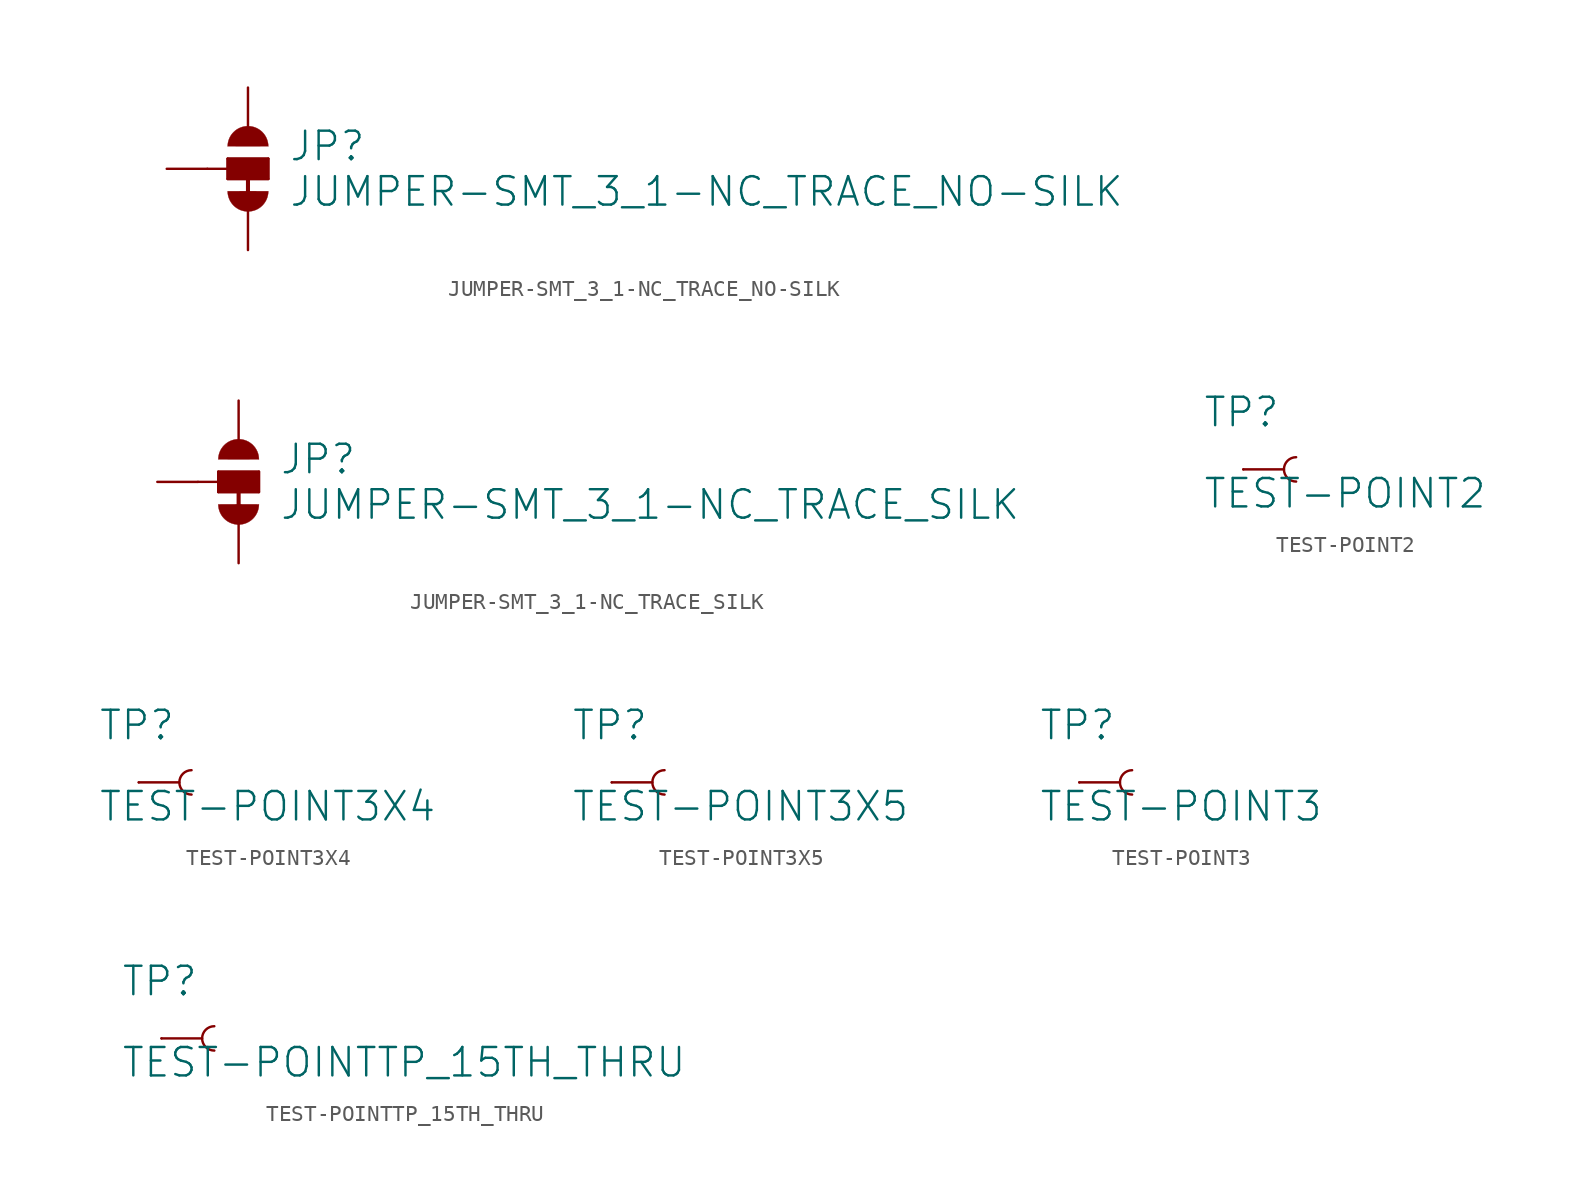
<source format=kicad_sym>
(kicad_symbol_lib
  (version 20211014)
  (generator kicad_symbol_editor)
  (symbol "JUMPER-SMT_3_1-NC_TRACE_NO-SILK"
    (property "Reference" "JP"
      (at 2.54 0.381 0)
      (effects (font (size 1.778 1.778)) (justify left bottom)))
    (property "Value" "JUMPER-SMT_3_1-NC_TRACE_NO-SILK"
      (at 2.54 -0.381 0)
      (effects (font (size 1.778 1.778)) (justify left top)))
    (property "ki_locked" ""
      (at 0 0 0)
      (effects (font (size 1.27 1.27))))
    (symbol "JUMPER-SMT_3_1-NC_TRACE_NO-SILK_1_0"
      (arc (start -1.27 -1.397) (mid 0 -2.667) (end 1.27 -1.397) (stroke (width 0.0001) (type default) (color 0 0 0 0)) (fill (type outline)))
      (rectangle (start -1.27 -0.635) (end 1.27 0.635) (stroke (width 0) (type default) (color 0 0 0 0)) (fill (type outline)))
      (polyline (pts (xy -2.54 0) (xy -1.27 0)) (stroke (width 0.152) (type default) (color 0 0 0 0)) (fill (type none)))
      (polyline (pts (xy -1.27 -0.635) (xy -1.27 0)) (stroke (width 0.152) (type default) (color 0 0 0 0)) (fill (type none)))
      (polyline (pts (xy -1.27 0) (xy -1.27 0.635)) (stroke (width 0.152) (type default) (color 0 0 0 0)) (fill (type none)))
      (polyline (pts (xy -1.27 0.635) (xy 1.27 0.635)) (stroke (width 0.152) (type default) (color 0 0 0 0)) (fill (type none)))
      (polyline (pts (xy 0 0) (xy 0 -2.54)) (stroke (width 0.254) (type default) (color 0 0 0 0)) (fill (type none)))
      (polyline (pts (xy 1.27 -0.635) (xy -1.27 -0.635)) (stroke (width 0.152) (type default) (color 0 0 0 0)) (fill (type none)))
      (polyline (pts (xy 1.27 0.635) (xy 1.27 -0.635)) (stroke (width 0.152) (type default) (color 0 0 0 0)) (fill (type none)))
      (arc (start 1.27 1.397) (mid 0 2.667) (end -1.27 1.397) (stroke (width 0.0001) (type default) (color 0 0 0 0)) (fill (type outline)))
      (pin passive line (at 0 5.08 270) (length 2.54) (name "1" (effects (font (size 0 0)))) (number "1" (effects (font (size 0 0)))))
      (pin passive line (at -5.08 0 0) (length 2.54) (name "2" (effects (font (size 0 0)))) (number "2" (effects (font (size 0 0)))))
      (pin passive line (at 0 -5.08 90) (length 2.54) (name "3" (effects (font (size 0 0)))) (number "3" (effects (font (size 0 0)))))))
  (symbol "JUMPER-SMT_3_1-NC_TRACE_SILK"
    (property "Reference" "JP"
      (at 2.54 0.381 0)
      (effects (font (size 1.778 1.778)) (justify left bottom)))
    (property "Value" "JUMPER-SMT_3_1-NC_TRACE_SILK"
      (at 2.54 -0.381 0)
      (effects (font (size 1.778 1.778)) (justify left top)))
    (property "ki_locked" ""
      (at 0 0 0)
      (effects (font (size 1.27 1.27))))
    (symbol "JUMPER-SMT_3_1-NC_TRACE_SILK_1_0"
      (arc (start -1.27 -1.397) (mid 0 -2.667) (end 1.27 -1.397) (stroke (width 0.0001) (type default) (color 0 0 0 0)) (fill (type outline)))
      (rectangle (start -1.27 -0.635) (end 1.27 0.635) (stroke (width 0) (type default) (color 0 0 0 0)) (fill (type outline)))
      (polyline (pts (xy -2.54 0) (xy -1.27 0)) (stroke (width 0.152) (type default) (color 0 0 0 0)) (fill (type none)))
      (polyline (pts (xy -1.27 -0.635) (xy -1.27 0)) (stroke (width 0.152) (type default) (color 0 0 0 0)) (fill (type none)))
      (polyline (pts (xy -1.27 0) (xy -1.27 0.635)) (stroke (width 0.152) (type default) (color 0 0 0 0)) (fill (type none)))
      (polyline (pts (xy -1.27 0.635) (xy 1.27 0.635)) (stroke (width 0.152) (type default) (color 0 0 0 0)) (fill (type none)))
      (polyline (pts (xy 0 0) (xy 0 -2.54)) (stroke (width 0.254) (type default) (color 0 0 0 0)) (fill (type none)))
      (polyline (pts (xy 1.27 -0.635) (xy -1.27 -0.635)) (stroke (width 0.152) (type default) (color 0 0 0 0)) (fill (type none)))
      (polyline (pts (xy 1.27 0.635) (xy 1.27 -0.635)) (stroke (width 0.152) (type default) (color 0 0 0 0)) (fill (type none)))
      (arc (start 1.27 1.397) (mid 0 2.667) (end -1.27 1.397) (stroke (width 0.0001) (type default) (color 0 0 0 0)) (fill (type outline)))
      (pin passive line (at 0 5.08 270) (length 2.54) (name "1" (effects (font (size 0 0)))) (number "1" (effects (font (size 0 0)))))
      (pin passive line (at -5.08 0 0) (length 2.54) (name "2" (effects (font (size 0 0)))) (number "2" (effects (font (size 0 0)))))
      (pin passive line (at 0 -5.08 90) (length 2.54) (name "3" (effects (font (size 0 0)))) (number "3" (effects (font (size 0 0)))))))
  (symbol "TEST-POINT2"
    (property "Reference" "TP"
      (at -2.54 2.54 0)
      (effects (font (size 1.778 1.778)) (justify left bottom)))
    (property "Value" "TEST-POINT2"
      (at -2.54 -2.54 0)
      (effects (font (size 1.778 1.778)) (justify left bottom)))
    (property "ki_locked" ""
      (at 0 0 0)
      (effects (font (size 1.27 1.27))))
    (symbol "TEST-POINT2_1_0"
      (polyline (pts (xy 2.54 0) (xy 0 0)) (stroke (width 0.152) (type default) (color 0 0 0 0)) (fill (type none)))
      (arc (start 3.302 0.762) (mid 2.54 0) (end 3.302 -0.762) (stroke (width 0.1524) (type default) (color 0 0 0 0)) (fill (type none)))
      (pin bidirectional line (at 0 0 180) (length 0) (name "1" (effects (font (size 0 0)))) (number "1" (effects (font (size 0 0)))))))
  (symbol "TEST-POINT3X4"
    (property "Reference" "TP"
      (at -2.54 2.54 0)
      (effects (font (size 1.778 1.778)) (justify left bottom)))
    (property "Value" "TEST-POINT3X4"
      (at -2.54 -2.54 0)
      (effects (font (size 1.778 1.778)) (justify left bottom)))
    (property "ki_locked" ""
      (at 0 0 0)
      (effects (font (size 1.27 1.27))))
    (symbol "TEST-POINT3X4_1_0"
      (polyline (pts (xy 2.54 0) (xy 0 0)) (stroke (width 0.152) (type default) (color 0 0 0 0)) (fill (type none)))
      (arc (start 3.302 0.762) (mid 2.54 0) (end 3.302 -0.762) (stroke (width 0.1524) (type default) (color 0 0 0 0)) (fill (type none)))
      (pin bidirectional line (at 0 0 180) (length 0) (name "1" (effects (font (size 0 0)))) (number "1" (effects (font (size 0 0)))))))
  (symbol "TEST-POINT3X5"
    (property "Reference" "TP"
      (at -2.54 2.54 0)
      (effects (font (size 1.778 1.778)) (justify left bottom)))
    (property "Value" "TEST-POINT3X5"
      (at -2.54 -2.54 0)
      (effects (font (size 1.778 1.778)) (justify left bottom)))
    (property "ki_locked" ""
      (at 0 0 0)
      (effects (font (size 1.27 1.27))))
    (symbol "TEST-POINT3X5_1_0"
      (polyline (pts (xy 2.54 0) (xy 0 0)) (stroke (width 0.152) (type default) (color 0 0 0 0)) (fill (type none)))
      (arc (start 3.302 0.762) (mid 2.54 0) (end 3.302 -0.762) (stroke (width 0.1524) (type default) (color 0 0 0 0)) (fill (type none)))
      (pin bidirectional line (at 0 0 180) (length 0) (name "1" (effects (font (size 0 0)))) (number "1" (effects (font (size 0 0)))))))
  (symbol "TEST-POINT3"
    (property "Reference" "TP"
      (at -2.54 2.54 0)
      (effects (font (size 1.778 1.778)) (justify left bottom)))
    (property "Value" "TEST-POINT3"
      (at -2.54 -2.54 0)
      (effects (font (size 1.778 1.778)) (justify left bottom)))
    (property "ki_locked" ""
      (at 0 0 0)
      (effects (font (size 1.27 1.27))))
    (symbol "TEST-POINT3_1_0"
      (polyline (pts (xy 2.54 0) (xy 0 0)) (stroke (width 0.152) (type default) (color 0 0 0 0)) (fill (type none)))
      (arc (start 3.302 0.762) (mid 2.54 0) (end 3.302 -0.762) (stroke (width 0.1524) (type default) (color 0 0 0 0)) (fill (type none)))
      (pin bidirectional line (at 0 0 180) (length 0) (name "1" (effects (font (size 0 0)))) (number "1" (effects (font (size 0 0)))))))
  (symbol "TEST-POINTTP_15TH_THRU"
    (property "Reference" "TP"
      (at -2.54 2.54 0)
      (effects (font (size 1.778 1.778)) (justify left bottom)))
    (property "Value" "TEST-POINTTP_15TH_THRU"
      (at -2.54 -2.54 0)
      (effects (font (size 1.778 1.778)) (justify left bottom)))
    (property "ki_locked" ""
      (at 0 0 0)
      (effects (font (size 1.27 1.27))))
    (symbol "TEST-POINTTP_15TH_THRU_1_0"
      (polyline (pts (xy 2.54 0) (xy 0 0)) (stroke (width 0.152) (type default) (color 0 0 0 0)) (fill (type none)))
      (arc (start 3.302 0.762) (mid 2.54 0) (end 3.302 -0.762) (stroke (width 0.1524) (type default) (color 0 0 0 0)) (fill (type none)))
      (pin bidirectional line (at 0 0 180) (length 0) (name "1" (effects (font (size 0 0)))) (number "1" (effects (font (size 0 0))))))))
</source>
